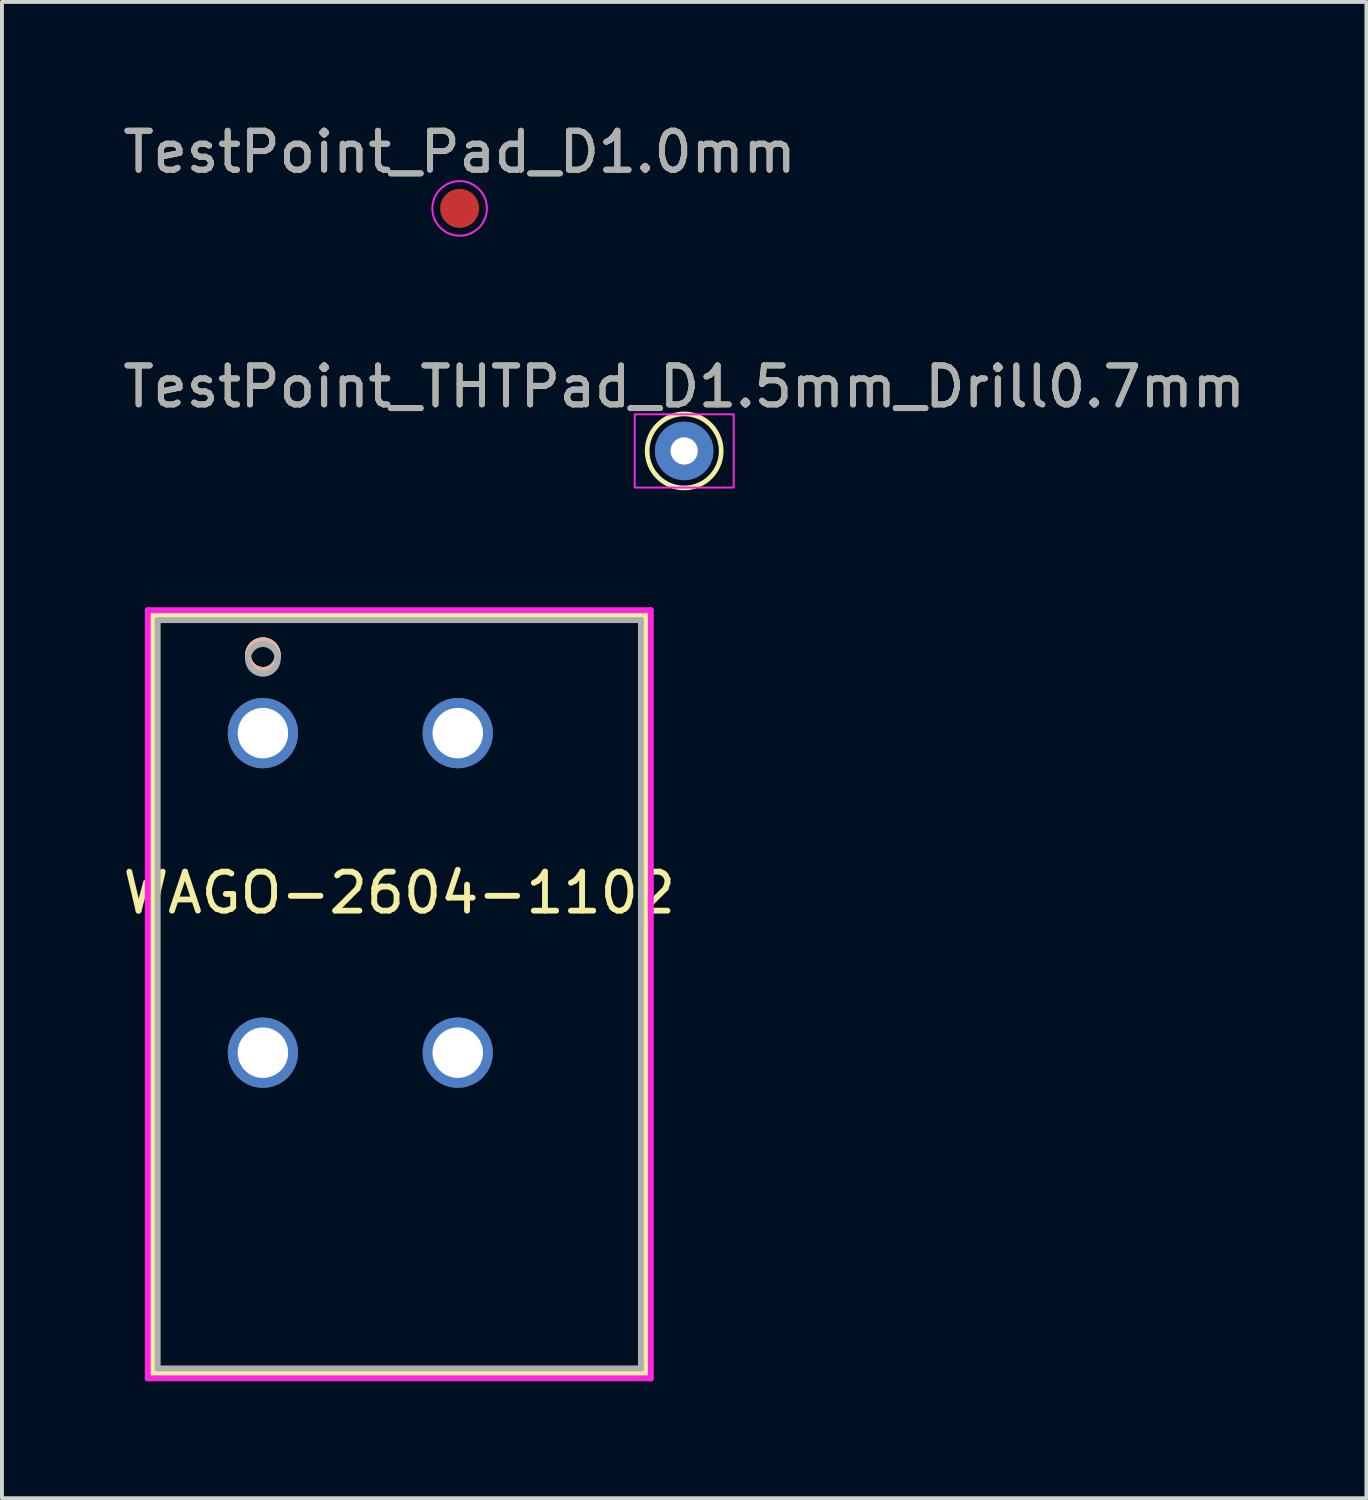
<source format=kicad_pcb>
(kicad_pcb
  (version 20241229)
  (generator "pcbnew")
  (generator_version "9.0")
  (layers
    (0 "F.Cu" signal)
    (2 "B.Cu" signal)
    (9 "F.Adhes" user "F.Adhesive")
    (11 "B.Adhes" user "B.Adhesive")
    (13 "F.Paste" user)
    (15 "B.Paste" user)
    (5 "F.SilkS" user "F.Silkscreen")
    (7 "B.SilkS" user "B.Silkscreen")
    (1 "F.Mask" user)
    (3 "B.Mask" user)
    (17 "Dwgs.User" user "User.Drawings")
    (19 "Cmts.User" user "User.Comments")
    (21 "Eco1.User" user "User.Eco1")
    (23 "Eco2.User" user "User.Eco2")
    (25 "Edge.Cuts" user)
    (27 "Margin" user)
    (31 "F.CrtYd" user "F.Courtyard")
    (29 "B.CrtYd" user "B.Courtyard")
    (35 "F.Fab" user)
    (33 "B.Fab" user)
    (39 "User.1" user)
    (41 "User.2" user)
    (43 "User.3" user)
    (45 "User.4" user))
  (footprint "TestPoint_Pad_D1.0mm"
    (layer "F.Cu")
    (at 8.744 2.298)
    (property "Reference" "TestPoint_Pad_D1.0mm" (at 0 -1.448 0) (layer "F.SilkS") (effects (font (size 1 1) (thickness 0.15))))
    (attr exclude_from_pos_files exclude_from_bom)
    (fp_circle (center 0 0) (end 0.7 0) (stroke (width 0.05) (type default)) (fill no) (layer "F.CrtYd"))
    (fp_text user "${REFERENCE}" (at 0 -1.45 0) (layer "F.Fab") (effects (font (size 1 1) (thickness 0.15))))
    (pad "1" smd circle (at 0 0) (size 1 1) (layers "F.Cu" "F.Mask")))
  (footprint "WAGO-2604-1102"
    (layer "F.Cu")
    (at 3.696 15.762)
    (property "Reference" "WAGO-2604-1102" (at 3.5 4.1 0) (layer "F.SilkS") (effects (font (size 1 1) (thickness 0.15))))
    (attr through_hole)
    (fp_line (start -2.827 -3.027) (end -2.827 16.429) (stroke (width 0.152) (type solid)) (layer "F.SilkS"))
    (fp_line (start -2.827 16.429) (end 9.827 16.429) (stroke (width 0.152) (type solid)) (layer "F.SilkS"))
    (fp_line (start 9.827 -3.027) (end -2.827 -3.027) (stroke (width 0.152) (type solid)) (layer "F.SilkS"))
    (fp_line (start 9.827 16.429) (end 9.827 -3.027) (stroke (width 0.152) (type solid)) (layer "F.SilkS"))
    (fp_circle (center 0 -2) (end 0.381 -2) (stroke (width 0.152) (type solid)) (fill no) (layer "F.SilkS"))
    (fp_circle (center 0 -2) (end 0.381 -2) (stroke (width 0.152) (type solid)) (fill no) (layer "B.SilkS"))
    (fp_line (start -2.954 -3.154) (end -2.954 16.556) (stroke (width 0.152) (type solid)) (layer "F.CrtYd"))
    (fp_line (start -2.954 16.556) (end 9.954 16.556) (stroke (width 0.152) (type solid)) (layer "F.CrtYd"))
    (fp_line (start 9.954 -3.154) (end -2.954 -3.154) (stroke (width 0.152) (type solid)) (layer "F.CrtYd"))
    (fp_line (start 9.954 16.556) (end 9.954 -3.154) (stroke (width 0.152) (type solid)) (layer "F.CrtYd"))
    (fp_line (start -2.7 -2.9) (end -2.7 16.302) (stroke (width 0.152) (type solid)) (layer "F.Fab"))
    (fp_line (start -2.7 16.302) (end 9.7 16.302) (stroke (width 0.152) (type solid)) (layer "F.Fab"))
    (fp_line (start 9.7 -2.9) (end -2.7 -2.9) (stroke (width 0.152) (type solid)) (layer "F.Fab"))
    (fp_line (start 9.7 16.302) (end 9.7 -2.9) (stroke (width 0.152) (type solid)) (layer "F.Fab"))
    (fp_circle (center 0 -1.905) (end 0.381 -1.905) (stroke (width 0.152) (type solid)) (fill no) (layer "F.Fab"))
    (pad "1" thru_hole circle (at 0 0) (size 1.803 1.803) (drill 1.295) (layers "*.Cu" "*.Mask"))
    (pad "2" thru_hole circle (at 0 8.2) (size 1.803 1.803) (drill 1.295) (layers "*.Cu" "*.Mask"))
    (pad "3" thru_hole circle (at 5 0) (size 1.803 1.803) (drill 1.295) (layers "*.Cu" "*.Mask"))
    (pad "4" thru_hole circle (at 5 8.2) (size 1.803 1.803) (drill 1.295) (layers "*.Cu" "*.Mask")))
  (footprint "TestPoint_THTPad_D1.5mm_Drill0.7mm"
    (layer "F.Cu")
    (at 14.506 8.521)
    (property "Reference" "TestPoint_THTPad_D1.5mm_Drill0.7mm" (at 0 -1.648 0) (layer "F.SilkS") (effects (font (size 1 1) (thickness 0.15))))
    (attr exclude_from_pos_files exclude_from_bom)
    (fp_circle (center 0 0) (end 0 0.95) (stroke (width 0.12) (type solid)) (fill no) (layer "F.SilkS"))
    (fp_rect (start -1.27 -0.94) (end 1.27 0.94) (stroke (width 0.05) (type default)) (fill no) (layer "F.CrtYd"))
    (fp_text user "${REFERENCE}" (at 0 -1.65 0) (layer "F.Fab") (effects (font (size 1 1) (thickness 0.15))))
    (pad "1" thru_hole circle (at 0 0) (size 1.5 1.5) (drill 0.7) (layers "*.Cu" "*.Mask")))
  (gr_rect
    (start -3 -3)
    (end 32.012 35.394)
    (stroke (width 0.1) (type default))
    (fill no)
    (layer "Edge.Cuts")))
</source>
